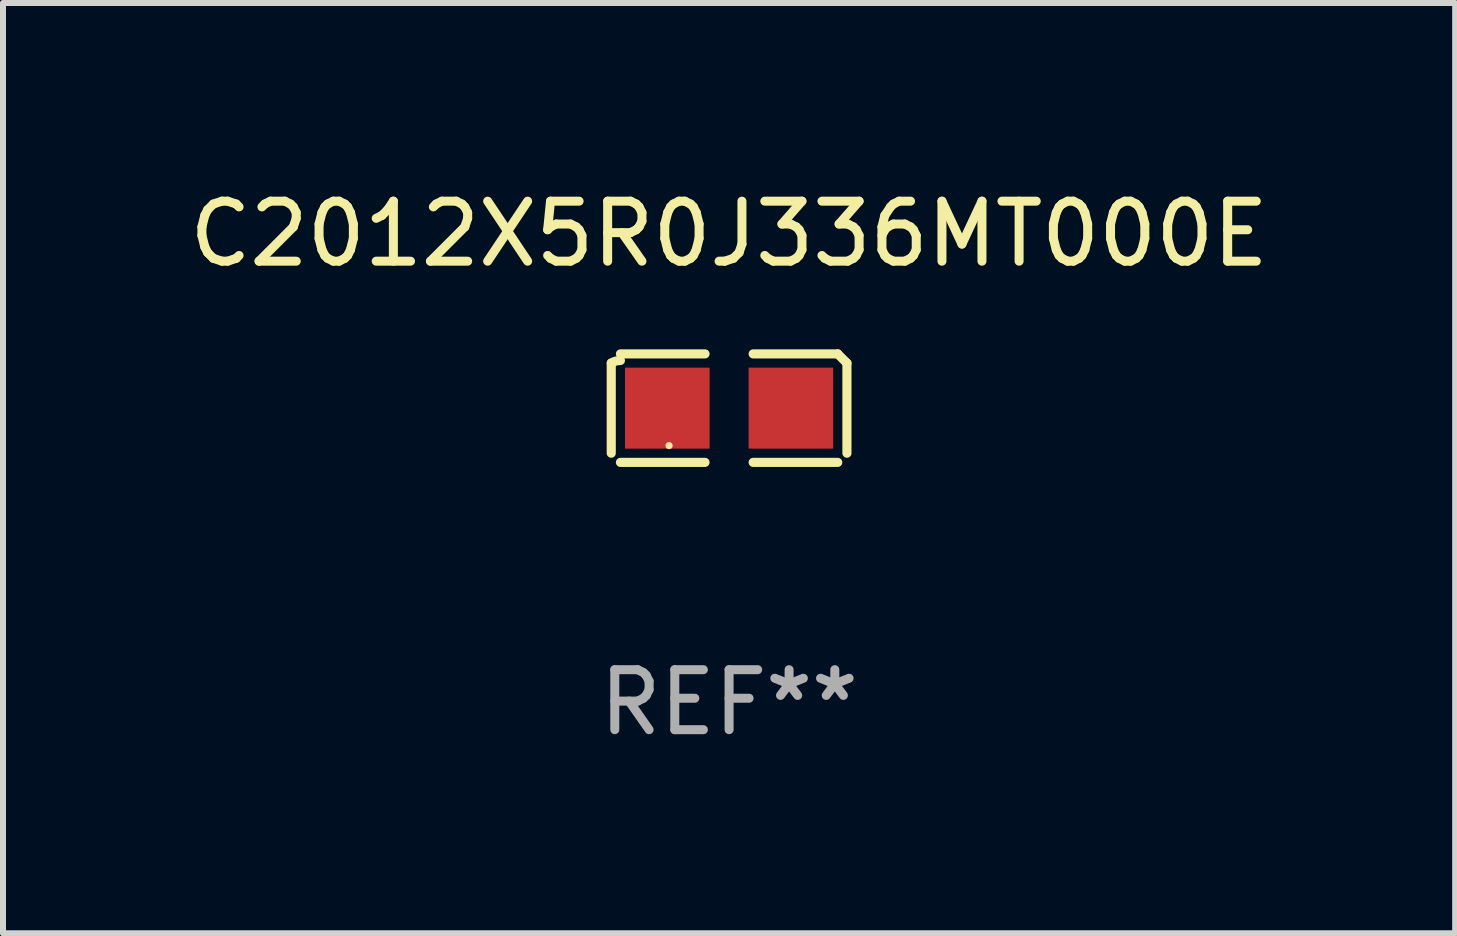
<source format=kicad_pcb>
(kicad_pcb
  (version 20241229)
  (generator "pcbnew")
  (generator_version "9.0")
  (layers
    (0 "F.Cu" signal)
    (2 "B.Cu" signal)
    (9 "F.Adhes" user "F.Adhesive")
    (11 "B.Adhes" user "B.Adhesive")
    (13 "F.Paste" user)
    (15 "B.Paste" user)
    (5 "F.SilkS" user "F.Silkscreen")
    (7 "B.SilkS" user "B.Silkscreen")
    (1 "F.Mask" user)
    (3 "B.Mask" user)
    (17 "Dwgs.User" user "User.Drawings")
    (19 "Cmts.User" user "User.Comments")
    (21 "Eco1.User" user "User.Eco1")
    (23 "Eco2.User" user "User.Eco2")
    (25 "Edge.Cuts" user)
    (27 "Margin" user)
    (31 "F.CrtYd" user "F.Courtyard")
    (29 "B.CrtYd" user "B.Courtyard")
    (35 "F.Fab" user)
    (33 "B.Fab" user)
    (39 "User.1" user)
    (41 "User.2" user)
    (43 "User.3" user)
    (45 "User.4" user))
  (footprint "C2012X5R0J336MT000E"
    (layer "F.Cu")
    (at 9.101 3.752)
    (property "Reference" "C2012X5R0J336MT000E" (at 0 -2.904 0) (layer "F.SilkS") (effects (font (size 1 1) (thickness 0.15))))
    (attr through_hole)
    (fp_line (start -1.964 0.751) (end -1.964 -0.751) (stroke (width 0.152) (type solid)) (layer "F.SilkS"))
    (fp_line (start -1.811 -0.904) (end -0.401 -0.904) (stroke (width 0.152) (type solid)) (layer "F.SilkS"))
    (fp_line (start -0.401 0.904) (end -1.811 0.904) (stroke (width 0.152) (type solid)) (layer "F.SilkS"))
    (fp_line (start 0.401 0.904) (end 1.811 0.904) (stroke (width 0.152) (type solid)) (layer "F.SilkS"))
    (fp_line (start 1.811 -0.904) (end 0.401 -0.904) (stroke (width 0.152) (type solid)) (layer "F.SilkS"))
    (fp_line (start 1.964 0.751) (end 1.964 -0.751) (stroke (width 0.152) (type solid)) (layer "F.SilkS"))
    (fp_arc (start -1.963602 -0.751207) (mid -1.890354 -0.783131) (end -1.811201 -0.794044) (stroke (width 0.1524) (type solid)) (layer "F.SilkS"))
    (fp_arc (start 1.811202 -0.903607) (mid 1.887413 -0.827418) (end 1.963602 -0.751207) (stroke (width 0.1524) (type solid)) (layer "F.SilkS"))
    (fp_circle (center -1 0.625) (end -0.97 0.625) (stroke (width 0.06) (type solid)) (fill no) (layer "F.SilkS"))
    (fp_text user "REF**" (at 0 4.904 0) (layer "F.Fab") (effects (font (size 1 1) (thickness 0.15))))
    (pad "1" smd rect (at -1.03 0) (size 1.41 1.35) (layers "F.Cu" "F.Mask" "F.Paste"))
    (pad "2" smd rect (at 1.03 0) (size 1.41 1.35) (layers "F.Cu" "F.Mask" "F.Paste")))
  (gr_rect
    (start -3 -3)
    (end 21.202 12.504)
    (stroke (width 0.1) (type default))
    (fill no)
    (layer "Edge.Cuts")))
</source>
